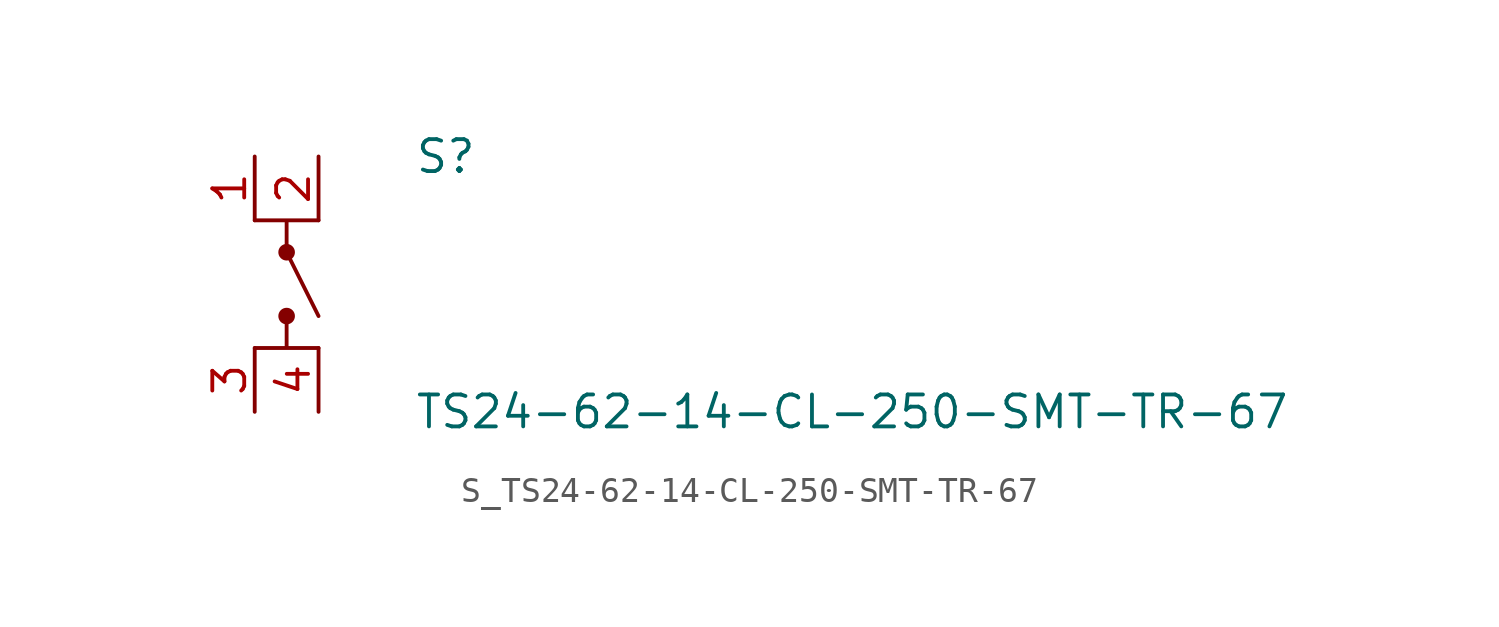
<source format=kicad_sym>
(kicad_symbol_lib
  (version 20231120)
  (generator kicad_symbol_editor)
  (generator_version 8.0)
  (symbol "S_TS24-62-14-CL-250-SMT-TR-67"
    (pin_names
      (offset 0.254))
    (property "Reference" "S"
      (at 5.08 5.08 0)
      (effects (font (size 1.27 1.27)) (justify left)))
    (property "Value" "TS24-62-14-CL-250-SMT-TR-67"
      (at 5.08 -5.08 0)
      (effects (font (size 1.27 1.27)) (justify left)))
    (symbol "S_TS24-62-14-CL-250-SMT-TR-67_0_0"
      (pin unspecified line (at -1.27 5.08 270) (length 2.54) (name "" (effects (font (size 1.27 1.27)))) (number "1" (effects (font (size 1.27 1.27)))))
      (pin unspecified line (at 1.27 5.08 270) (length 2.54) (name "" (effects (font (size 1.27 1.27)))) (number "2" (effects (font (size 1.27 1.27)))))
      (pin unspecified line (at -1.27 -5.08 90) (length 2.54) (name "" (effects (font (size 1.27 1.27)))) (number "3" (effects (font (size 1.27 1.27)))))
      (pin unspecified line (at 1.27 -5.08 90) (length 2.54) (name "" (effects (font (size 1.27 1.27)))) (number "4" (effects (font (size 1.27 1.27)))))
      (circle (center 0 1.27) (radius 0.254) (stroke (width 0) (type solid)) (fill (type outline)))
      (circle (center 0 -1.27) (radius 0.254) (stroke (width 0) (type solid)) (fill (type outline)))
      (polyline (pts (xy 1.27 2.54) (xy -1.27 2.54) (xy 0 2.54) (xy 0 1.27) (xy 1.27 -1.27)) (stroke (width 0) (type default)) (fill (type none)))
      (polyline (pts (xy 1.27 -2.54) (xy -1.27 -2.54) (xy 0 -2.54) (xy 0 -1.27)) (stroke (width 0) (type default)) (fill (type none))))
    (symbol "S_TS24-62-14-CL-250-SMT-TR-67_1_0")))
</source>
